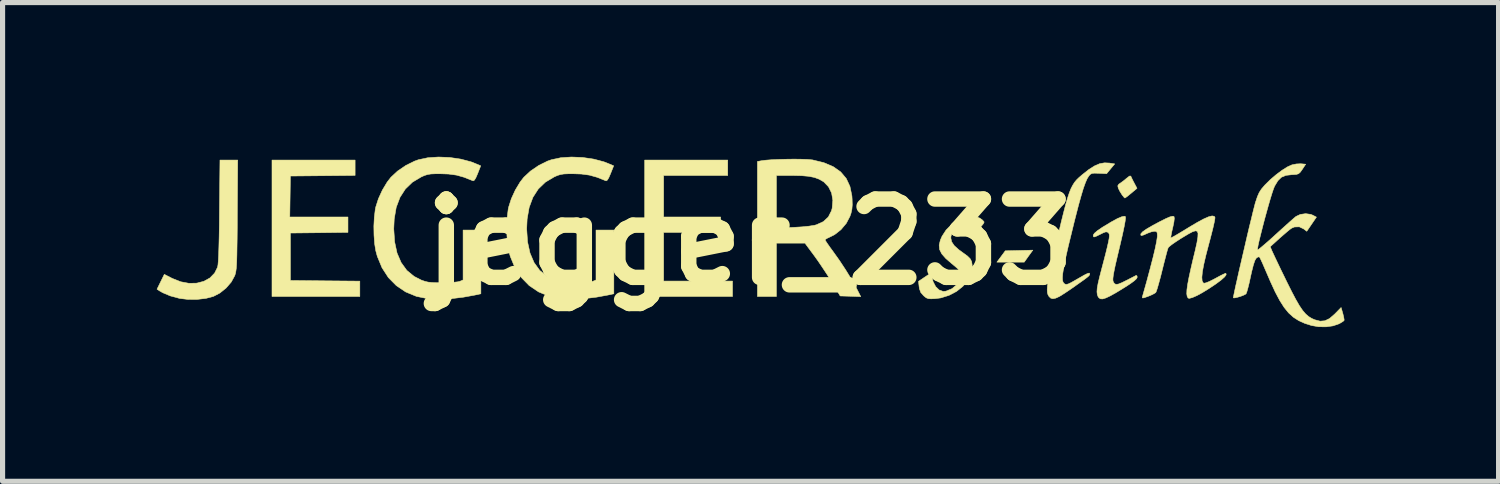
<source format=kicad_pcb>
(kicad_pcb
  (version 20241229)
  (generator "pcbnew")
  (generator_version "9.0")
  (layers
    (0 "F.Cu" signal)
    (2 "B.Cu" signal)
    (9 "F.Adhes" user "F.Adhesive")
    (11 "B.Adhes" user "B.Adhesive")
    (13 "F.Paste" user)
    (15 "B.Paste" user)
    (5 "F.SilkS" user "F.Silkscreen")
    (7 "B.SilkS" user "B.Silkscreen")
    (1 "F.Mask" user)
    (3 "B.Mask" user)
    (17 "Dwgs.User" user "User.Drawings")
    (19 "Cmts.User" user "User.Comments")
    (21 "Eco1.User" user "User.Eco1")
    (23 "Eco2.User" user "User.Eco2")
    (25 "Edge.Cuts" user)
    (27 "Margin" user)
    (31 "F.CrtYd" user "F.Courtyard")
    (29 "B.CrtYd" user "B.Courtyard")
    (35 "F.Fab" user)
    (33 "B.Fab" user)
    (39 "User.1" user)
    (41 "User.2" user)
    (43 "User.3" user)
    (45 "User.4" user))
  (footprint "jegger_233"
    (layer "F.Cu")
    (at 11.548 1.657)
    (property "Reference" "jegger_233" (at 0 0 180) (layer "F.SilkS") (effects (font (size 1.524 1.524) (thickness 0.3))))
    (attr through_hole)
    (fp_poly (pts (xy 5.413 0.276) (xy 5.33 0.393) (xy 4.798 0.393) (xy 4.88 0.283) (xy 4.961 0.173) (xy 5.497 0.16) (xy 5.413 0.276)) (stroke (width 0.01) (type solid)) (fill yes) (layer "F.SilkS"))
    (fp_poly (pts (xy -0.439 -1.293) (xy -1.686 -1.293) (xy -1.686 -0.485) (xy -0.577 -0.485) (xy -0.577 -0.185) (xy -1.686 -0.185) (xy -1.686 0.762) (xy -0.346 0.762) (xy -0.346 1.062) (xy -2.055 1.062) (xy -2.055 -1.593) (xy -0.439 -1.593) (xy -0.439 -1.293)) (stroke (width 0.01) (type solid)) (fill yes) (layer "F.SilkS"))
    (fp_poly (pts (xy -7.689 -1.294) (xy -8.948 -1.282) (xy -8.96 -0.485) (xy -7.828 -0.485) (xy -7.828 -0.186) (xy -8.388 -0.179) (xy -8.948 -0.173) (xy -8.948 0.75) (xy -8.272 0.757) (xy -7.597 0.763) (xy -7.597 1.062) (xy -9.306 1.062) (xy -9.306 -1.593) (xy -7.689 -1.593) (xy -7.689 -1.294)) (stroke (width 0.01) (type solid)) (fill yes) (layer "F.SilkS"))
    (fp_poly (pts (xy 7.403 -1.281) (xy 7.406 -1.275) (xy 7.422 -1.239) (xy 7.452 -1.179) (xy 7.47 -1.145) (xy 7.524 -1.043) (xy 7.412 -0.949) (xy 7.352 -0.9) (xy 7.307 -0.866) (xy 7.288 -0.854) (xy 7.269 -0.871) (xy 7.235 -0.913) (xy 7.23 -0.921) (xy 7.19 -0.985) (xy 7.16 -1.046) (xy 7.15 -1.091) (xy 7.169 -1.123) (xy 7.2 -1.144) (xy 7.261 -1.188) (xy 7.324 -1.24) (xy 7.329 -1.244) (xy 7.377 -1.281) (xy 7.403 -1.281)) (stroke (width 0.01) (type solid)) (fill yes) (layer "F.SilkS"))
    (fp_poly (pts (xy -9.981 -0.525) (xy -9.982 -0.273) (xy -9.984 -0.063) (xy -9.987 0.11) (xy -9.989 0.25) (xy -9.992 0.361) (xy -9.996 0.448) (xy -10.001 0.514) (xy -10.008 0.565) (xy -10.015 0.604) (xy -10.024 0.636) (xy -10.031 0.657) (xy -10.099 0.781) (xy -10.2 0.898) (xy -10.321 0.995) (xy -10.444 1.059) (xy -10.59 1.098) (xy -10.76 1.118) (xy -10.935 1.119) (xy -11.096 1.1) (xy -11.107 1.098) (xy -11.285 1.05) (xy -11.432 0.988) (xy -11.49 0.955) (xy -11.543 0.92) (xy -11.472 0.775) (xy -11.401 0.631) (xy -11.246 0.71) (xy -11.083 0.775) (xy -10.923 0.805) (xy -10.77 0.802) (xy -10.632 0.766) (xy -10.514 0.701) (xy -10.422 0.606) (xy -10.365 0.491) (xy -10.357 0.448) (xy -10.35 0.368) (xy -10.344 0.252) (xy -10.339 0.096) (xy -10.334 -0.101) (xy -10.33 -0.341) (xy -10.328 -0.595) (xy -10.318 -1.593) (xy -9.973 -1.593) (xy -9.981 -0.525)) (stroke (width 0.01) (type solid)) (fill yes) (layer "F.SilkS"))
    (fp_poly (pts (xy 7.298 -0.493) (xy 7.301 -0.466) (xy 7.293 -0.401) (xy 7.274 -0.297) (xy 7.243 -0.151) (xy 7.2 0.036) (xy 7.179 0.124) (xy 7.135 0.309) (xy 7.101 0.455) (xy 7.078 0.566) (xy 7.063 0.648) (xy 7.056 0.706) (xy 7.055 0.745) (xy 7.061 0.771) (xy 7.062 0.775) (xy 7.084 0.81) (xy 7.114 0.826) (xy 7.159 0.821) (xy 7.229 0.793) (xy 7.326 0.745) (xy 7.406 0.704) (xy 7.47 0.671) (xy 7.506 0.652) (xy 7.51 0.651) (xy 7.524 0.663) (xy 7.528 0.687) (xy 7.514 0.716) (xy 7.47 0.757) (xy 7.392 0.814) (xy 7.278 0.888) (xy 7.261 0.898) (xy 7.116 0.987) (xy 7.003 1.05) (xy 6.918 1.09) (xy 6.856 1.109) (xy 6.812 1.107) (xy 6.782 1.086) (xy 6.766 1.064) (xy 6.751 1.022) (xy 6.745 0.97) (xy 6.75 0.9) (xy 6.767 0.805) (xy 6.797 0.678) (xy 6.824 0.574) (xy 6.876 0.376) (xy 6.917 0.218) (xy 6.947 0.095) (xy 6.968 0.002) (xy 6.981 -0.065) (xy 6.986 -0.113) (xy 6.985 -0.144) (xy 6.978 -0.164) (xy 6.968 -0.177) (xy 6.944 -0.194) (xy 6.913 -0.195) (xy 6.864 -0.176) (xy 6.816 -0.152) (xy 6.741 -0.115) (xy 6.698 -0.098) (xy 6.679 -0.099) (xy 6.674 -0.118) (xy 6.673 -0.133) (xy 6.694 -0.167) (xy 6.753 -0.218) (xy 6.848 -0.283) (xy 6.864 -0.293) (xy 7.02 -0.387) (xy 7.14 -0.453) (xy 7.227 -0.49) (xy 7.281 -0.5) (xy 7.298 -0.493)) (stroke (width 0.01) (type solid)) (fill yes) (layer "F.SilkS"))
    (fp_poly (pts (xy -5.847 -1.643) (xy -5.632 -1.611) (xy -5.432 -1.558) (xy -5.353 -1.527) (xy -5.245 -1.481) (xy -5.305 -1.328) (xy -5.34 -1.247) (xy -5.367 -1.203) (xy -5.39 -1.189) (xy -5.402 -1.192) (xy -5.567 -1.258) (xy -5.717 -1.3) (xy -5.872 -1.321) (xy -6.015 -1.326) (xy -6.132 -1.326) (xy -6.216 -1.322) (xy -6.281 -1.311) (xy -6.338 -1.293) (xy -6.4 -1.266) (xy -6.573 -1.163) (xy -6.711 -1.03) (xy -6.816 -0.867) (xy -6.889 -0.673) (xy -6.928 -0.446) (xy -6.937 -0.254) (xy -6.92 -0.001) (xy -6.873 0.217) (xy -6.793 0.402) (xy -6.683 0.554) (xy -6.541 0.671) (xy -6.4 0.743) (xy -6.334 0.766) (xy -6.269 0.782) (xy -6.191 0.79) (xy -6.089 0.794) (xy -5.992 0.794) (xy -5.874 0.792) (xy -5.77 0.785) (xy -5.691 0.776) (xy -5.652 0.767) (xy -5.588 0.74) (xy -5.588 -0.231) (xy -5.242 -0.231) (xy -5.242 1.009) (xy -5.363 1.035) (xy -5.582 1.075) (xy -5.804 1.102) (xy -6.014 1.115) (xy -6.201 1.112) (xy -6.263 1.107) (xy -6.496 1.059) (xy -6.705 0.973) (xy -6.887 0.85) (xy -7.042 0.693) (xy -7.165 0.503) (xy -7.257 0.281) (xy -7.287 0.171) (xy -7.309 0.034) (xy -7.321 -0.131) (xy -7.324 -0.308) (xy -7.315 -0.479) (xy -7.297 -0.628) (xy -7.287 -0.679) (xy -7.235 -0.841) (xy -7.158 -1.009) (xy -7.065 -1.164) (xy -6.993 -1.257) (xy -6.862 -1.379) (xy -6.702 -1.488) (xy -6.53 -1.573) (xy -6.457 -1.599) (xy -6.274 -1.638) (xy -6.066 -1.652) (xy -5.847 -1.643)) (stroke (width 0.01) (type solid)) (fill yes) (layer "F.SilkS"))
    (fp_poly (pts (xy -3.261 -1.643) (xy -3.045 -1.611) (xy -2.846 -1.558) (xy -2.767 -1.527) (xy -2.658 -1.481) (xy -2.719 -1.328) (xy -2.754 -1.247) (xy -2.781 -1.203) (xy -2.804 -1.189) (xy -2.816 -1.192) (xy -2.981 -1.258) (xy -3.131 -1.3) (xy -3.286 -1.321) (xy -3.429 -1.326) (xy -3.546 -1.326) (xy -3.63 -1.322) (xy -3.695 -1.311) (xy -3.752 -1.293) (xy -3.814 -1.266) (xy -3.987 -1.163) (xy -4.125 -1.03) (xy -4.23 -0.867) (xy -4.302 -0.673) (xy -4.342 -0.446) (xy -4.351 -0.254) (xy -4.334 -0.001) (xy -4.286 0.217) (xy -4.207 0.402) (xy -4.097 0.554) (xy -3.954 0.671) (xy -3.813 0.743) (xy -3.748 0.766) (xy -3.682 0.782) (xy -3.605 0.79) (xy -3.503 0.794) (xy -3.406 0.794) (xy -3.288 0.792) (xy -3.184 0.785) (xy -3.104 0.776) (xy -3.065 0.767) (xy -3.002 0.74) (xy -3.002 -0.231) (xy -2.655 -0.231) (xy -2.655 1.009) (xy -2.777 1.035) (xy -2.996 1.075) (xy -3.217 1.102) (xy -3.428 1.115) (xy -3.615 1.112) (xy -3.677 1.107) (xy -3.909 1.059) (xy -4.118 0.973) (xy -4.301 0.85) (xy -4.455 0.692) (xy -4.579 0.502) (xy -4.67 0.281) (xy -4.7 0.172) (xy -4.723 0.034) (xy -4.735 -0.132) (xy -4.737 -0.308) (xy -4.729 -0.48) (xy -4.711 -0.63) (xy -4.701 -0.679) (xy -4.649 -0.841) (xy -4.572 -1.009) (xy -4.479 -1.164) (xy -4.407 -1.257) (xy -4.276 -1.379) (xy -4.116 -1.488) (xy -3.944 -1.573) (xy -3.87 -1.599) (xy -3.688 -1.638) (xy -3.48 -1.652) (xy -3.261 -1.643)) (stroke (width 0.01) (type solid)) (fill yes) (layer "F.SilkS"))
    (fp_poly (pts (xy 4.383 -0.496) (xy 4.466 -0.463) (xy 4.518 -0.425) (xy 4.547 -0.392) (xy 4.549 -0.384) (xy 4.533 -0.352) (xy 4.494 -0.304) (xy 4.468 -0.277) (xy 4.388 -0.199) (xy 4.336 -0.248) (xy 4.263 -0.3) (xy 4.186 -0.331) (xy 4.121 -0.333) (xy 4.116 -0.332) (xy 4.005 -0.28) (xy 3.935 -0.205) (xy 3.904 -0.108) (xy 3.902 -0.074) (xy 3.918 -0.002) (xy 3.967 0.071) (xy 4.054 0.15) (xy 4.135 0.209) (xy 4.223 0.273) (xy 4.278 0.327) (xy 4.307 0.383) (xy 4.317 0.452) (xy 4.317 0.489) (xy 4.295 0.622) (xy 4.232 0.749) (xy 4.136 0.864) (xy 4.012 0.963) (xy 3.867 1.039) (xy 3.707 1.089) (xy 3.602 1.103) (xy 3.517 1.107) (xy 3.463 1.103) (xy 3.422 1.087) (xy 3.38 1.053) (xy 3.373 1.047) (xy 3.318 0.985) (xy 3.291 0.912) (xy 3.285 0.873) (xy 3.273 0.767) (xy 3.397 0.683) (xy 3.464 0.639) (xy 3.502 0.619) (xy 3.52 0.62) (xy 3.527 0.641) (xy 3.528 0.652) (xy 3.557 0.774) (xy 3.607 0.87) (xy 3.674 0.935) (xy 3.752 0.963) (xy 3.807 0.958) (xy 3.926 0.909) (xy 4.016 0.832) (xy 4.071 0.733) (xy 4.087 0.637) (xy 4.084 0.595) (xy 4.068 0.559) (xy 4.034 0.519) (xy 3.973 0.466) (xy 3.924 0.426) (xy 3.805 0.323) (xy 3.726 0.233) (xy 3.683 0.148) (xy 3.675 0.061) (xy 3.698 -0.035) (xy 3.731 -0.111) (xy 3.809 -0.231) (xy 3.91 -0.334) (xy 4.026 -0.416) (xy 4.148 -0.473) (xy 4.27 -0.501) (xy 4.383 -0.496)) (stroke (width 0.01) (type solid)) (fill yes) (layer "F.SilkS"))
    (fp_poly (pts (xy 0.994 -1.609) (xy 1.112 -1.605) (xy 1.197 -1.597) (xy 1.209 -1.596) (xy 1.431 -1.542) (xy 1.614 -1.464) (xy 1.759 -1.362) (xy 1.867 -1.234) (xy 1.939 -1.079) (xy 1.977 -0.896) (xy 1.981 -0.833) (xy 1.984 -0.721) (xy 1.977 -0.636) (xy 1.96 -0.559) (xy 1.939 -0.498) (xy 1.867 -0.361) (xy 1.764 -0.239) (xy 1.642 -0.143) (xy 1.564 -0.103) (xy 1.502 -0.074) (xy 1.463 -0.05) (xy 1.455 -0.04) (xy 1.468 -0.016) (xy 1.503 0.037) (xy 1.555 0.111) (xy 1.616 0.194) (xy 1.736 0.363) (xy 1.856 0.545) (xy 1.967 0.725) (xy 2.06 0.89) (xy 2.087 0.942) (xy 2.149 1.064) (xy 1.949 1.057) (xy 1.749 1.051) (xy 1.585 0.778) (xy 1.503 0.647) (xy 1.408 0.503) (xy 1.313 0.363) (xy 1.242 0.264) (xy 1.063 0.023) (xy 0.508 0.023) (xy 0.508 1.062) (xy 0.139 1.062) (xy 0.139 -1.293) (xy 0.508 -1.293) (xy 0.508 -0.271) (xy 0.837 -0.283) (xy 1.003 -0.293) (xy 1.143 -0.307) (xy 1.25 -0.324) (xy 1.287 -0.334) (xy 1.421 -0.395) (xy 1.518 -0.485) (xy 1.579 -0.605) (xy 1.593 -0.656) (xy 1.606 -0.81) (xy 1.582 -0.952) (xy 1.522 -1.073) (xy 1.43 -1.168) (xy 1.421 -1.174) (xy 1.339 -1.221) (xy 1.247 -1.255) (xy 1.136 -1.277) (xy 0.998 -1.289) (xy 0.823 -1.293) (xy 0.816 -1.293) (xy 0.508 -1.293) (xy 0.139 -1.293) (xy 0.139 -1.565) (xy 0.214 -1.579) (xy 0.297 -1.59) (xy 0.414 -1.599) (xy 0.553 -1.605) (xy 0.704 -1.609) (xy 0.854 -1.611) (xy 0.994 -1.609)) (stroke (width 0.01) (type solid)) (fill yes) (layer "F.SilkS"))
    (fp_poly (pts (xy 6.992 -1.534) (xy 6.996 -1.533) (xy 7.09 -1.518) (xy 7.011 -1.423) (xy 6.933 -1.328) (xy 6.783 -1.335) (xy 6.7 -1.338) (xy 6.649 -1.333) (xy 6.616 -1.316) (xy 6.586 -1.283) (xy 6.586 -1.282) (xy 6.554 -1.231) (xy 6.52 -1.153) (xy 6.481 -1.045) (xy 6.438 -0.902) (xy 6.388 -0.723) (xy 6.331 -0.502) (xy 6.306 -0.404) (xy 6.242 -0.142) (xy 6.188 0.078) (xy 6.146 0.262) (xy 6.114 0.411) (xy 6.092 0.531) (xy 6.078 0.624) (xy 6.073 0.694) (xy 6.075 0.745) (xy 6.085 0.781) (xy 6.101 0.804) (xy 6.123 0.821) (xy 6.149 0.827) (xy 6.186 0.818) (xy 6.243 0.791) (xy 6.326 0.744) (xy 6.392 0.706) (xy 6.491 0.649) (xy 6.557 0.616) (xy 6.594 0.606) (xy 6.604 0.617) (xy 6.603 0.631) (xy 6.598 0.646) (xy 6.584 0.663) (xy 6.555 0.688) (xy 6.507 0.725) (xy 6.434 0.777) (xy 6.332 0.849) (xy 6.243 0.912) (xy 6.114 0.999) (xy 6.016 1.06) (xy 5.942 1.094) (xy 5.887 1.105) (xy 5.846 1.094) (xy 5.813 1.063) (xy 5.809 1.057) (xy 5.791 1.025) (xy 5.78 0.983) (xy 5.777 0.928) (xy 5.782 0.855) (xy 5.795 0.759) (xy 5.817 0.636) (xy 5.85 0.481) (xy 5.892 0.289) (xy 5.934 0.106) (xy 5.996 -0.159) (xy 6.049 -0.384) (xy 6.096 -0.572) (xy 6.136 -0.727) (xy 6.173 -0.854) (xy 6.207 -0.956) (xy 6.24 -1.039) (xy 6.274 -1.105) (xy 6.309 -1.16) (xy 6.348 -1.207) (xy 6.392 -1.25) (xy 6.443 -1.294) (xy 6.448 -1.299) (xy 6.582 -1.405) (xy 6.696 -1.478) (xy 6.797 -1.522) (xy 6.893 -1.539) (xy 6.992 -1.534)) (stroke (width 0.01) (type solid)) (fill yes) (layer "F.SilkS"))
    (fp_poly (pts (xy 9.027 -0.498) (xy 9.041 -0.479) (xy 9.039 -0.447) (xy 9.026 -0.378) (xy 9.004 -0.279) (xy 8.973 -0.156) (xy 8.937 -0.017) (xy 8.922 0.038) (xy 8.864 0.26) (xy 8.822 0.441) (xy 8.796 0.583) (xy 8.786 0.688) (xy 8.791 0.758) (xy 8.812 0.796) (xy 8.828 0.804) (xy 8.865 0.796) (xy 8.931 0.77) (xy 9.013 0.729) (xy 9.056 0.706) (xy 9.139 0.661) (xy 9.205 0.628) (xy 9.246 0.611) (xy 9.254 0.611) (xy 9.259 0.639) (xy 9.228 0.681) (xy 9.161 0.741) (xy 9.059 0.817) (xy 8.923 0.908) (xy 8.798 0.985) (xy 8.69 1.044) (xy 8.603 1.082) (xy 8.543 1.098) (xy 8.518 1.092) (xy 8.5 1.06) (xy 8.492 1.009) (xy 8.495 0.932) (xy 8.509 0.828) (xy 8.535 0.691) (xy 8.573 0.517) (xy 8.611 0.353) (xy 8.657 0.163) (xy 8.69 0.015) (xy 8.708 -0.094) (xy 8.711 -0.167) (xy 8.696 -0.207) (xy 8.661 -0.216) (xy 8.604 -0.198) (xy 8.525 -0.156) (xy 8.42 -0.093) (xy 8.361 -0.057) (xy 8.273 0.001) (xy 8.198 0.053) (xy 8.148 0.094) (xy 8.131 0.112) (xy 8.119 0.146) (xy 8.099 0.217) (xy 8.073 0.317) (xy 8.042 0.437) (xy 8.013 0.554) (xy 7.98 0.686) (xy 7.948 0.802) (xy 7.921 0.897) (xy 7.9 0.96) (xy 7.888 0.986) (xy 7.853 1.008) (xy 7.791 1.038) (xy 7.74 1.059) (xy 7.672 1.083) (xy 7.637 1.091) (xy 7.626 1.082) (xy 7.629 1.066) (xy 7.711 0.776) (xy 7.779 0.522) (xy 7.835 0.306) (xy 7.877 0.13) (xy 7.905 -0.006) (xy 7.919 -0.099) (xy 7.92 -0.128) (xy 7.916 -0.182) (xy 7.896 -0.204) (xy 7.862 -0.208) (xy 7.804 -0.197) (xy 7.733 -0.171) (xy 7.709 -0.16) (xy 7.65 -0.134) (xy 7.61 -0.124) (xy 7.601 -0.126) (xy 7.597 -0.155) (xy 7.632 -0.196) (xy 7.708 -0.25) (xy 7.825 -0.318) (xy 7.828 -0.32) (xy 7.974 -0.398) (xy 8.084 -0.453) (xy 8.163 -0.487) (xy 8.215 -0.5) (xy 8.242 -0.495) (xy 8.244 -0.494) (xy 8.25 -0.459) (xy 8.242 -0.386) (xy 8.22 -0.281) (xy 8.219 -0.279) (xy 8.199 -0.191) (xy 8.186 -0.122) (xy 8.181 -0.083) (xy 8.181 -0.078) (xy 8.202 -0.087) (xy 8.256 -0.116) (xy 8.336 -0.163) (xy 8.436 -0.223) (xy 8.527 -0.279) (xy 8.69 -0.376) (xy 8.819 -0.446) (xy 8.917 -0.489) (xy 8.985 -0.506) (xy 9.027 -0.498)) (stroke (width 0.01) (type solid)) (fill yes) (layer "F.SilkS"))
    (fp_poly (pts (xy 10.72 -1.52) (xy 10.806 -1.512) (xy 10.74 -1.412) (xy 10.701 -1.357) (xy 10.667 -1.327) (xy 10.623 -1.313) (xy 10.551 -1.309) (xy 10.534 -1.308) (xy 10.42 -1.295) (xy 10.334 -1.259) (xy 10.265 -1.191) (xy 10.201 -1.085) (xy 10.2 -1.083) (xy 10.18 -1.033) (xy 10.152 -0.95) (xy 10.118 -0.84) (xy 10.081 -0.712) (xy 10.042 -0.572) (xy 10.002 -0.427) (xy 9.965 -0.284) (xy 9.931 -0.149) (xy 9.902 -0.032) (xy 9.881 0.063) (xy 9.87 0.128) (xy 9.869 0.156) (xy 9.869 0.156) (xy 9.889 0.145) (xy 9.938 0.106) (xy 10.009 0.046) (xy 10.099 -0.032) (xy 10.201 -0.124) (xy 10.219 -0.141) (xy 10.327 -0.239) (xy 10.427 -0.329) (xy 10.512 -0.405) (xy 10.576 -0.461) (xy 10.613 -0.492) (xy 10.614 -0.494) (xy 10.701 -0.535) (xy 10.805 -0.55) (xy 10.905 -0.536) (xy 10.942 -0.521) (xy 11.015 -0.483) (xy 10.921 -0.345) (xy 10.827 -0.207) (xy 10.767 -0.253) (xy 10.682 -0.294) (xy 10.588 -0.291) (xy 10.537 -0.27) (xy 10.499 -0.244) (xy 10.437 -0.193) (xy 10.361 -0.127) (xy 10.301 -0.075) (xy 10.116 0.093) (xy 10.152 0.179) (xy 10.173 0.224) (xy 10.21 0.303) (xy 10.261 0.41) (xy 10.322 0.538) (xy 10.391 0.679) (xy 10.437 0.774) (xy 10.532 0.964) (xy 10.613 1.118) (xy 10.682 1.238) (xy 10.745 1.331) (xy 10.804 1.4) (xy 10.862 1.451) (xy 10.924 1.489) (xy 10.981 1.514) (xy 11.087 1.542) (xy 11.18 1.534) (xy 11.271 1.49) (xy 11.369 1.405) (xy 11.376 1.398) (xy 11.495 1.276) (xy 11.529 1.394) (xy 11.546 1.464) (xy 11.554 1.514) (xy 11.552 1.53) (xy 11.527 1.55) (xy 11.476 1.581) (xy 11.449 1.595) (xy 11.338 1.633) (xy 11.202 1.652) (xy 11.058 1.65) (xy 10.924 1.627) (xy 10.922 1.627) (xy 10.787 1.584) (xy 10.67 1.531) (xy 10.567 1.465) (xy 10.474 1.381) (xy 10.387 1.274) (xy 10.301 1.139) (xy 10.213 0.973) (xy 10.119 0.769) (xy 10.056 0.623) (xy 10.008 0.512) (xy 9.966 0.415) (xy 9.932 0.341) (xy 9.91 0.299) (xy 9.906 0.292) (xy 9.879 0.292) (xy 9.843 0.317) (xy 9.817 0.362) (xy 9.788 0.448) (xy 9.755 0.578) (xy 9.733 0.677) (xy 9.708 0.793) (xy 9.683 0.893) (xy 9.662 0.968) (xy 9.646 1.009) (xy 9.642 1.013) (xy 9.603 1.034) (xy 9.545 1.057) (xy 9.482 1.076) (xy 9.429 1.088) (xy 9.4 1.088) (xy 9.398 1.085) (xy 9.403 1.053) (xy 9.418 0.981) (xy 9.44 0.876) (xy 9.47 0.744) (xy 9.504 0.591) (xy 9.543 0.423) (xy 9.584 0.246) (xy 9.626 0.066) (xy 9.667 -0.112) (xy 9.707 -0.281) (xy 9.745 -0.435) (xy 9.777 -0.568) (xy 9.804 -0.675) (xy 9.823 -0.749) (xy 9.83 -0.772) (xy 9.866 -0.88) (xy 9.901 -0.96) (xy 9.944 -1.027) (xy 10.005 -1.099) (xy 10.016 -1.111) (xy 10.118 -1.212) (xy 10.232 -1.309) (xy 10.346 -1.394) (xy 10.451 -1.46) (xy 10.537 -1.499) (xy 10.541 -1.5) (xy 10.625 -1.517) (xy 10.71 -1.521) (xy 10.72 -1.52)) (stroke (width 0.01) (type solid)) (fill yes) (layer "F.SilkS")))
  (gr_rect
    (start -3 -3)
    (end 26.107 6.314)
    (stroke (width 0.1) (type default))
    (fill no)
    (layer "Edge.Cuts")))
</source>
